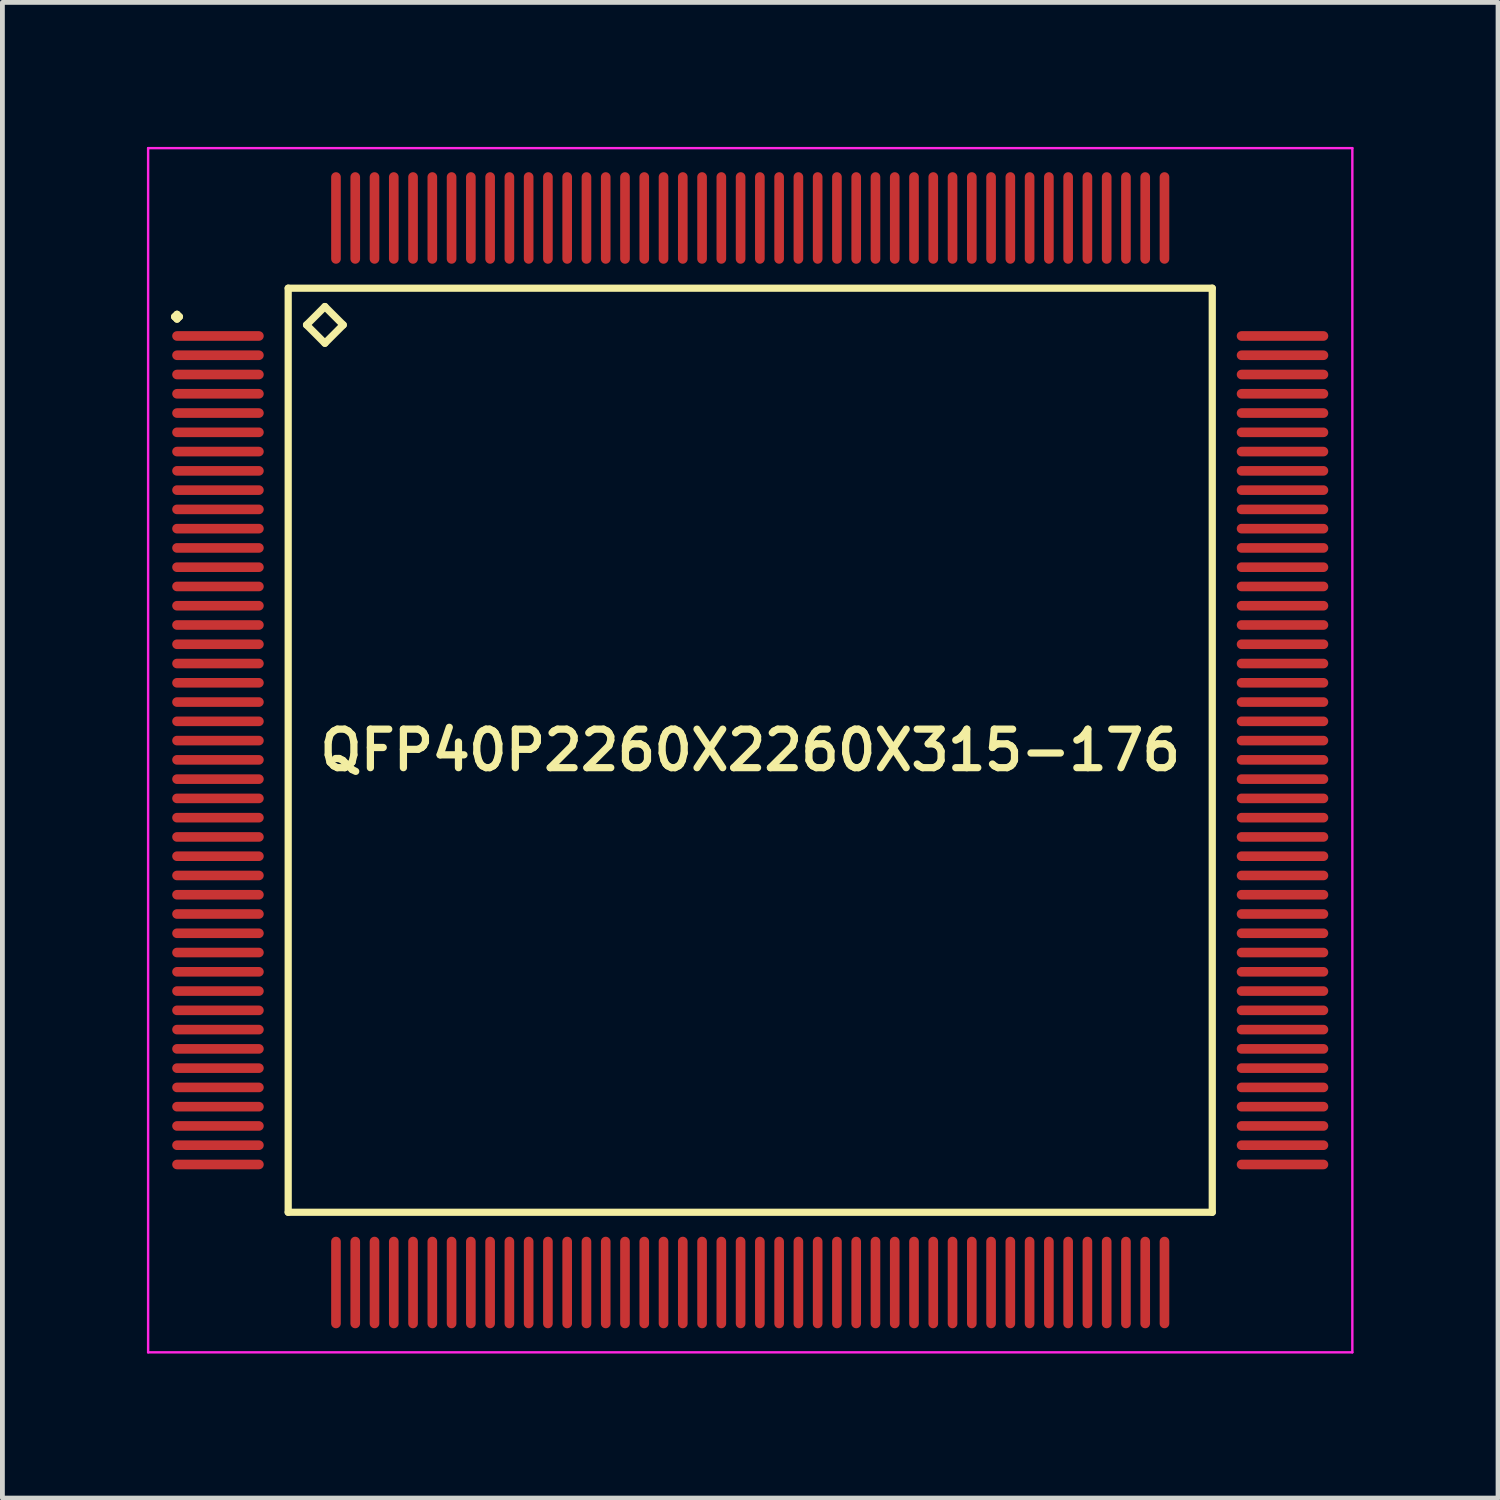
<source format=kicad_pcb>
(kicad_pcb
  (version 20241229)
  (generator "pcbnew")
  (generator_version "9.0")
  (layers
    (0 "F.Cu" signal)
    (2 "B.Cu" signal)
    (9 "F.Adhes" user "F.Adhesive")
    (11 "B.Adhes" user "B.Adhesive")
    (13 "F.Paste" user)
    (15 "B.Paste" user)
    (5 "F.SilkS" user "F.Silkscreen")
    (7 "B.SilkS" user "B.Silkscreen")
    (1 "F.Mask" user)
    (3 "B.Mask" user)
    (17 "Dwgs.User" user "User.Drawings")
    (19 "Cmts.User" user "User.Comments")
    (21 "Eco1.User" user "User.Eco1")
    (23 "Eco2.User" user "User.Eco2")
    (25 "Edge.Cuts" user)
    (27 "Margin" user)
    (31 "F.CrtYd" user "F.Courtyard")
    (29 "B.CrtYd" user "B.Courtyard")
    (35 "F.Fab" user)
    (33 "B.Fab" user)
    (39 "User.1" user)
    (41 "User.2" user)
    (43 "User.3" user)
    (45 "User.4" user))
  (footprint "QFP40P2260X2260X315-176"
    (layer "F.Cu")
    (at 12.525 12.525)
    (property "Reference" "QFP40P2260X2260X315-176" (at 0 0 0) (layer "F.SilkS") (effects (font (size 0.8 0.8) (thickness 0.15))))
    (attr smd)
    (fp_line (start -11.95 -9) (end -11.9 -9.05) (stroke (width 0.15) (type solid)) (layer "F.SilkS"))
    (fp_line (start -11.9 -9.05) (end -11.85 -9) (stroke (width 0.15) (type solid)) (layer "F.SilkS"))
    (fp_line (start -11.9 -8.95) (end -11.95 -9) (stroke (width 0.15) (type solid)) (layer "F.SilkS"))
    (fp_line (start -11.85 -9) (end -11.9 -8.95) (stroke (width 0.15) (type solid)) (layer "F.SilkS"))
    (fp_line (start -9.592 -9.592) (end -9.592 9.592) (stroke (width 0.15) (type solid)) (layer "F.SilkS"))
    (fp_line (start -9.592 9.592) (end 9.592 9.592) (stroke (width 0.15) (type solid)) (layer "F.SilkS"))
    (fp_line (start -9.211 -8.83) (end -8.83 -9.211) (stroke (width 0.15) (type solid)) (layer "F.SilkS"))
    (fp_line (start -8.83 -9.211) (end -8.449 -8.83) (stroke (width 0.15) (type solid)) (layer "F.SilkS"))
    (fp_line (start -8.83 -8.449) (end -9.211 -8.83) (stroke (width 0.15) (type solid)) (layer "F.SilkS"))
    (fp_line (start -8.449 -8.83) (end -8.83 -8.449) (stroke (width 0.15) (type solid)) (layer "F.SilkS"))
    (fp_line (start 9.592 -9.592) (end -9.592 -9.592) (stroke (width 0.15) (type solid)) (layer "F.SilkS"))
    (fp_line (start 9.592 9.592) (end 9.592 -9.592) (stroke (width 0.15) (type solid)) (layer "F.SilkS"))
    (fp_line (start -12.5 -12.5) (end 12.5 -12.5) (stroke (width 0.05) (type solid)) (layer "F.CrtYd"))
    (fp_line (start -12.5 12.5) (end -12.5 -12.5) (stroke (width 0.05) (type solid)) (layer "F.CrtYd"))
    (fp_line (start 12.5 -12.5) (end 12.5 12.5) (stroke (width 0.05) (type solid)) (layer "F.CrtYd"))
    (fp_line (start 12.5 12.5) (end -12.5 12.5) (stroke (width 0.05) (type solid)) (layer "F.CrtYd"))
    (pad "1" smd oval (at -11.05 -8.6) (size 1.9 0.2) (layers "F.Cu" "F.Mask" "F.Paste"))
    (pad "2" smd oval (at -11.05 -8.2) (size 1.9 0.2) (layers "F.Cu" "F.Mask" "F.Paste"))
    (pad "3" smd oval (at -11.05 -7.8) (size 1.9 0.2) (layers "F.Cu" "F.Mask" "F.Paste"))
    (pad "4" smd oval (at -11.05 -7.4) (size 1.9 0.2) (layers "F.Cu" "F.Mask" "F.Paste"))
    (pad "5" smd oval (at -11.05 -7) (size 1.9 0.2) (layers "F.Cu" "F.Mask" "F.Paste"))
    (pad "6" smd oval (at -11.05 -6.6) (size 1.9 0.2) (layers "F.Cu" "F.Mask" "F.Paste"))
    (pad "7" smd oval (at -11.05 -6.2) (size 1.9 0.2) (layers "F.Cu" "F.Mask" "F.Paste"))
    (pad "8" smd oval (at -11.05 -5.8) (size 1.9 0.2) (layers "F.Cu" "F.Mask" "F.Paste"))
    (pad "9" smd oval (at -11.05 -5.4) (size 1.9 0.2) (layers "F.Cu" "F.Mask" "F.Paste"))
    (pad "10" smd oval (at -11.05 -5) (size 1.9 0.2) (layers "F.Cu" "F.Mask" "F.Paste"))
    (pad "11" smd oval (at -11.05 -4.6) (size 1.9 0.2) (layers "F.Cu" "F.Mask" "F.Paste"))
    (pad "12" smd oval (at -11.05 -4.2) (size 1.9 0.2) (layers "F.Cu" "F.Mask" "F.Paste"))
    (pad "13" smd oval (at -11.05 -3.8) (size 1.9 0.2) (layers "F.Cu" "F.Mask" "F.Paste"))
    (pad "14" smd oval (at -11.05 -3.4) (size 1.9 0.2) (layers "F.Cu" "F.Mask" "F.Paste"))
    (pad "15" smd oval (at -11.05 -3) (size 1.9 0.2) (layers "F.Cu" "F.Mask" "F.Paste"))
    (pad "16" smd oval (at -11.05 -2.6) (size 1.9 0.2) (layers "F.Cu" "F.Mask" "F.Paste"))
    (pad "17" smd oval (at -11.05 -2.2) (size 1.9 0.2) (layers "F.Cu" "F.Mask" "F.Paste"))
    (pad "18" smd oval (at -11.05 -1.8) (size 1.9 0.2) (layers "F.Cu" "F.Mask" "F.Paste"))
    (pad "19" smd oval (at -11.05 -1.4) (size 1.9 0.2) (layers "F.Cu" "F.Mask" "F.Paste"))
    (pad "20" smd oval (at -11.05 -1) (size 1.9 0.2) (layers "F.Cu" "F.Mask" "F.Paste"))
    (pad "21" smd oval (at -11.05 -0.6) (size 1.9 0.2) (layers "F.Cu" "F.Mask" "F.Paste"))
    (pad "22" smd oval (at -11.05 -0.2) (size 1.9 0.2) (layers "F.Cu" "F.Mask" "F.Paste"))
    (pad "23" smd oval (at -11.05 0.2) (size 1.9 0.2) (layers "F.Cu" "F.Mask" "F.Paste"))
    (pad "24" smd oval (at -11.05 0.6) (size 1.9 0.2) (layers "F.Cu" "F.Mask" "F.Paste"))
    (pad "25" smd oval (at -11.05 1) (size 1.9 0.2) (layers "F.Cu" "F.Mask" "F.Paste"))
    (pad "26" smd oval (at -11.05 1.4) (size 1.9 0.2) (layers "F.Cu" "F.Mask" "F.Paste"))
    (pad "27" smd oval (at -11.05 1.8) (size 1.9 0.2) (layers "F.Cu" "F.Mask" "F.Paste"))
    (pad "28" smd oval (at -11.05 2.2) (size 1.9 0.2) (layers "F.Cu" "F.Mask" "F.Paste"))
    (pad "29" smd oval (at -11.05 2.6) (size 1.9 0.2) (layers "F.Cu" "F.Mask" "F.Paste"))
    (pad "30" smd oval (at -11.05 3) (size 1.9 0.2) (layers "F.Cu" "F.Mask" "F.Paste"))
    (pad "31" smd oval (at -11.05 3.4) (size 1.9 0.2) (layers "F.Cu" "F.Mask" "F.Paste"))
    (pad "32" smd oval (at -11.05 3.8) (size 1.9 0.2) (layers "F.Cu" "F.Mask" "F.Paste"))
    (pad "33" smd oval (at -11.05 4.2) (size 1.9 0.2) (layers "F.Cu" "F.Mask" "F.Paste"))
    (pad "34" smd oval (at -11.05 4.6) (size 1.9 0.2) (layers "F.Cu" "F.Mask" "F.Paste"))
    (pad "35" smd oval (at -11.05 5) (size 1.9 0.2) (layers "F.Cu" "F.Mask" "F.Paste"))
    (pad "36" smd oval (at -11.05 5.4) (size 1.9 0.2) (layers "F.Cu" "F.Mask" "F.Paste"))
    (pad "37" smd oval (at -11.05 5.8) (size 1.9 0.2) (layers "F.Cu" "F.Mask" "F.Paste"))
    (pad "38" smd oval (at -11.05 6.2) (size 1.9 0.2) (layers "F.Cu" "F.Mask" "F.Paste"))
    (pad "39" smd oval (at -11.05 6.6) (size 1.9 0.2) (layers "F.Cu" "F.Mask" "F.Paste"))
    (pad "40" smd oval (at -11.05 7) (size 1.9 0.2) (layers "F.Cu" "F.Mask" "F.Paste"))
    (pad "41" smd oval (at -11.05 7.4) (size 1.9 0.2) (layers "F.Cu" "F.Mask" "F.Paste"))
    (pad "42" smd oval (at -11.05 7.8) (size 1.9 0.2) (layers "F.Cu" "F.Mask" "F.Paste"))
    (pad "43" smd oval (at -11.05 8.2) (size 1.9 0.2) (layers "F.Cu" "F.Mask" "F.Paste"))
    (pad "44" smd oval (at -11.05 8.6) (size 1.9 0.2) (layers "F.Cu" "F.Mask" "F.Paste"))
    (pad "45" smd oval (at -8.6 11.05) (size 0.2 1.9) (layers "F.Cu" "F.Mask" "F.Paste"))
    (pad "46" smd oval (at -8.2 11.05) (size 0.2 1.9) (layers "F.Cu" "F.Mask" "F.Paste"))
    (pad "47" smd oval (at -7.8 11.05) (size 0.2 1.9) (layers "F.Cu" "F.Mask" "F.Paste"))
    (pad "48" smd oval (at -7.4 11.05) (size 0.2 1.9) (layers "F.Cu" "F.Mask" "F.Paste"))
    (pad "49" smd oval (at -7 11.05) (size 0.2 1.9) (layers "F.Cu" "F.Mask" "F.Paste"))
    (pad "50" smd oval (at -6.6 11.05) (size 0.2 1.9) (layers "F.Cu" "F.Mask" "F.Paste"))
    (pad "51" smd oval (at -6.2 11.05) (size 0.2 1.9) (layers "F.Cu" "F.Mask" "F.Paste"))
    (pad "52" smd oval (at -5.8 11.05) (size 0.2 1.9) (layers "F.Cu" "F.Mask" "F.Paste"))
    (pad "53" smd oval (at -5.4 11.05) (size 0.2 1.9) (layers "F.Cu" "F.Mask" "F.Paste"))
    (pad "54" smd oval (at -5 11.05) (size 0.2 1.9) (layers "F.Cu" "F.Mask" "F.Paste"))
    (pad "55" smd oval (at -4.6 11.05) (size 0.2 1.9) (layers "F.Cu" "F.Mask" "F.Paste"))
    (pad "56" smd oval (at -4.2 11.05) (size 0.2 1.9) (layers "F.Cu" "F.Mask" "F.Paste"))
    (pad "57" smd oval (at -3.8 11.05) (size 0.2 1.9) (layers "F.Cu" "F.Mask" "F.Paste"))
    (pad "58" smd oval (at -3.4 11.05) (size 0.2 1.9) (layers "F.Cu" "F.Mask" "F.Paste"))
    (pad "59" smd oval (at -3 11.05) (size 0.2 1.9) (layers "F.Cu" "F.Mask" "F.Paste"))
    (pad "60" smd oval (at -2.6 11.05) (size 0.2 1.9) (layers "F.Cu" "F.Mask" "F.Paste"))
    (pad "61" smd oval (at -2.2 11.05) (size 0.2 1.9) (layers "F.Cu" "F.Mask" "F.Paste"))
    (pad "62" smd oval (at -1.8 11.05) (size 0.2 1.9) (layers "F.Cu" "F.Mask" "F.Paste"))
    (pad "63" smd oval (at -1.4 11.05) (size 0.2 1.9) (layers "F.Cu" "F.Mask" "F.Paste"))
    (pad "64" smd oval (at -1 11.05) (size 0.2 1.9) (layers "F.Cu" "F.Mask" "F.Paste"))
    (pad "65" smd oval (at -0.6 11.05) (size 0.2 1.9) (layers "F.Cu" "F.Mask" "F.Paste"))
    (pad "66" smd oval (at -0.2 11.05) (size 0.2 1.9) (layers "F.Cu" "F.Mask" "F.Paste"))
    (pad "67" smd oval (at 0.2 11.05) (size 0.2 1.9) (layers "F.Cu" "F.Mask" "F.Paste"))
    (pad "68" smd oval (at 0.6 11.05) (size 0.2 1.9) (layers "F.Cu" "F.Mask" "F.Paste"))
    (pad "69" smd oval (at 1 11.05) (size 0.2 1.9) (layers "F.Cu" "F.Mask" "F.Paste"))
    (pad "70" smd oval (at 1.4 11.05) (size 0.2 1.9) (layers "F.Cu" "F.Mask" "F.Paste"))
    (pad "71" smd oval (at 1.8 11.05) (size 0.2 1.9) (layers "F.Cu" "F.Mask" "F.Paste"))
    (pad "72" smd oval (at 2.2 11.05) (size 0.2 1.9) (layers "F.Cu" "F.Mask" "F.Paste"))
    (pad "73" smd oval (at 2.6 11.05) (size 0.2 1.9) (layers "F.Cu" "F.Mask" "F.Paste"))
    (pad "74" smd oval (at 3 11.05) (size 0.2 1.9) (layers "F.Cu" "F.Mask" "F.Paste"))
    (pad "75" smd oval (at 3.4 11.05) (size 0.2 1.9) (layers "F.Cu" "F.Mask" "F.Paste"))
    (pad "76" smd oval (at 3.8 11.05) (size 0.2 1.9) (layers "F.Cu" "F.Mask" "F.Paste"))
    (pad "77" smd oval (at 4.2 11.05) (size 0.2 1.9) (layers "F.Cu" "F.Mask" "F.Paste"))
    (pad "78" smd oval (at 4.6 11.05) (size 0.2 1.9) (layers "F.Cu" "F.Mask" "F.Paste"))
    (pad "79" smd oval (at 5 11.05) (size 0.2 1.9) (layers "F.Cu" "F.Mask" "F.Paste"))
    (pad "80" smd oval (at 5.4 11.05) (size 0.2 1.9) (layers "F.Cu" "F.Mask" "F.Paste"))
    (pad "81" smd oval (at 5.8 11.05) (size 0.2 1.9) (layers "F.Cu" "F.Mask" "F.Paste"))
    (pad "82" smd oval (at 6.2 11.05) (size 0.2 1.9) (layers "F.Cu" "F.Mask" "F.Paste"))
    (pad "83" smd oval (at 6.6 11.05) (size 0.2 1.9) (layers "F.Cu" "F.Mask" "F.Paste"))
    (pad "84" smd oval (at 7 11.05) (size 0.2 1.9) (layers "F.Cu" "F.Mask" "F.Paste"))
    (pad "85" smd oval (at 7.4 11.05) (size 0.2 1.9) (layers "F.Cu" "F.Mask" "F.Paste"))
    (pad "86" smd oval (at 7.8 11.05) (size 0.2 1.9) (layers "F.Cu" "F.Mask" "F.Paste"))
    (pad "87" smd oval (at 8.2 11.05) (size 0.2 1.9) (layers "F.Cu" "F.Mask" "F.Paste"))
    (pad "88" smd oval (at 8.6 11.05) (size 0.2 1.9) (layers "F.Cu" "F.Mask" "F.Paste"))
    (pad "89" smd oval (at 11.05 8.6) (size 1.9 0.2) (layers "F.Cu" "F.Mask" "F.Paste"))
    (pad "90" smd oval (at 11.05 8.2) (size 1.9 0.2) (layers "F.Cu" "F.Mask" "F.Paste"))
    (pad "91" smd oval (at 11.05 7.8) (size 1.9 0.2) (layers "F.Cu" "F.Mask" "F.Paste"))
    (pad "92" smd oval (at 11.05 7.4) (size 1.9 0.2) (layers "F.Cu" "F.Mask" "F.Paste"))
    (pad "93" smd oval (at 11.05 7) (size 1.9 0.2) (layers "F.Cu" "F.Mask" "F.Paste"))
    (pad "94" smd oval (at 11.05 6.6) (size 1.9 0.2) (layers "F.Cu" "F.Mask" "F.Paste"))
    (pad "95" smd oval (at 11.05 6.2) (size 1.9 0.2) (layers "F.Cu" "F.Mask" "F.Paste"))
    (pad "96" smd oval (at 11.05 5.8) (size 1.9 0.2) (layers "F.Cu" "F.Mask" "F.Paste"))
    (pad "97" smd oval (at 11.05 5.4) (size 1.9 0.2) (layers "F.Cu" "F.Mask" "F.Paste"))
    (pad "98" smd oval (at 11.05 5) (size 1.9 0.2) (layers "F.Cu" "F.Mask" "F.Paste"))
    (pad "99" smd oval (at 11.05 4.6) (size 1.9 0.2) (layers "F.Cu" "F.Mask" "F.Paste"))
    (pad "100" smd oval (at 11.05 4.2) (size 1.9 0.2) (layers "F.Cu" "F.Mask" "F.Paste"))
    (pad "101" smd oval (at 11.05 3.8) (size 1.9 0.2) (layers "F.Cu" "F.Mask" "F.Paste"))
    (pad "102" smd oval (at 11.05 3.4) (size 1.9 0.2) (layers "F.Cu" "F.Mask" "F.Paste"))
    (pad "103" smd oval (at 11.05 3) (size 1.9 0.2) (layers "F.Cu" "F.Mask" "F.Paste"))
    (pad "104" smd oval (at 11.05 2.6) (size 1.9 0.2) (layers "F.Cu" "F.Mask" "F.Paste"))
    (pad "105" smd oval (at 11.05 2.2) (size 1.9 0.2) (layers "F.Cu" "F.Mask" "F.Paste"))
    (pad "106" smd oval (at 11.05 1.8) (size 1.9 0.2) (layers "F.Cu" "F.Mask" "F.Paste"))
    (pad "107" smd oval (at 11.05 1.4) (size 1.9 0.2) (layers "F.Cu" "F.Mask" "F.Paste"))
    (pad "108" smd oval (at 11.05 1) (size 1.9 0.2) (layers "F.Cu" "F.Mask" "F.Paste"))
    (pad "109" smd oval (at 11.05 0.6) (size 1.9 0.2) (layers "F.Cu" "F.Mask" "F.Paste"))
    (pad "110" smd oval (at 11.05 0.2) (size 1.9 0.2) (layers "F.Cu" "F.Mask" "F.Paste"))
    (pad "111" smd oval (at 11.05 -0.2) (size 1.9 0.2) (layers "F.Cu" "F.Mask" "F.Paste"))
    (pad "112" smd oval (at 11.05 -0.6) (size 1.9 0.2) (layers "F.Cu" "F.Mask" "F.Paste"))
    (pad "113" smd oval (at 11.05 -1) (size 1.9 0.2) (layers "F.Cu" "F.Mask" "F.Paste"))
    (pad "114" smd oval (at 11.05 -1.4) (size 1.9 0.2) (layers "F.Cu" "F.Mask" "F.Paste"))
    (pad "115" smd oval (at 11.05 -1.8) (size 1.9 0.2) (layers "F.Cu" "F.Mask" "F.Paste"))
    (pad "116" smd oval (at 11.05 -2.2) (size 1.9 0.2) (layers "F.Cu" "F.Mask" "F.Paste"))
    (pad "117" smd oval (at 11.05 -2.6) (size 1.9 0.2) (layers "F.Cu" "F.Mask" "F.Paste"))
    (pad "118" smd oval (at 11.05 -3) (size 1.9 0.2) (layers "F.Cu" "F.Mask" "F.Paste"))
    (pad "119" smd oval (at 11.05 -3.4) (size 1.9 0.2) (layers "F.Cu" "F.Mask" "F.Paste"))
    (pad "120" smd oval (at 11.05 -3.8) (size 1.9 0.2) (layers "F.Cu" "F.Mask" "F.Paste"))
    (pad "121" smd oval (at 11.05 -4.2) (size 1.9 0.2) (layers "F.Cu" "F.Mask" "F.Paste"))
    (pad "122" smd oval (at 11.05 -4.6) (size 1.9 0.2) (layers "F.Cu" "F.Mask" "F.Paste"))
    (pad "123" smd oval (at 11.05 -5) (size 1.9 0.2) (layers "F.Cu" "F.Mask" "F.Paste"))
    (pad "124" smd oval (at 11.05 -5.4) (size 1.9 0.2) (layers "F.Cu" "F.Mask" "F.Paste"))
    (pad "125" smd oval (at 11.05 -5.8) (size 1.9 0.2) (layers "F.Cu" "F.Mask" "F.Paste"))
    (pad "126" smd oval (at 11.05 -6.2) (size 1.9 0.2) (layers "F.Cu" "F.Mask" "F.Paste"))
    (pad "127" smd oval (at 11.05 -6.6) (size 1.9 0.2) (layers "F.Cu" "F.Mask" "F.Paste"))
    (pad "128" smd oval (at 11.05 -7) (size 1.9 0.2) (layers "F.Cu" "F.Mask" "F.Paste"))
    (pad "129" smd oval (at 11.05 -7.4) (size 1.9 0.2) (layers "F.Cu" "F.Mask" "F.Paste"))
    (pad "130" smd oval (at 11.05 -7.8) (size 1.9 0.2) (layers "F.Cu" "F.Mask" "F.Paste"))
    (pad "131" smd oval (at 11.05 -8.2) (size 1.9 0.2) (layers "F.Cu" "F.Mask" "F.Paste"))
    (pad "132" smd oval (at 11.05 -8.6) (size 1.9 0.2) (layers "F.Cu" "F.Mask" "F.Paste"))
    (pad "133" smd oval (at 8.6 -11.05) (size 0.2 1.9) (layers "F.Cu" "F.Mask" "F.Paste"))
    (pad "134" smd oval (at 8.2 -11.05) (size 0.2 1.9) (layers "F.Cu" "F.Mask" "F.Paste"))
    (pad "135" smd oval (at 7.8 -11.05) (size 0.2 1.9) (layers "F.Cu" "F.Mask" "F.Paste"))
    (pad "136" smd oval (at 7.4 -11.05) (size 0.2 1.9) (layers "F.Cu" "F.Mask" "F.Paste"))
    (pad "137" smd oval (at 7 -11.05) (size 0.2 1.9) (layers "F.Cu" "F.Mask" "F.Paste"))
    (pad "138" smd oval (at 6.6 -11.05) (size 0.2 1.9) (layers "F.Cu" "F.Mask" "F.Paste"))
    (pad "139" smd oval (at 6.2 -11.05) (size 0.2 1.9) (layers "F.Cu" "F.Mask" "F.Paste"))
    (pad "140" smd oval (at 5.8 -11.05) (size 0.2 1.9) (layers "F.Cu" "F.Mask" "F.Paste"))
    (pad "141" smd oval (at 5.4 -11.05) (size 0.2 1.9) (layers "F.Cu" "F.Mask" "F.Paste"))
    (pad "142" smd oval (at 5 -11.05) (size 0.2 1.9) (layers "F.Cu" "F.Mask" "F.Paste"))
    (pad "143" smd oval (at 4.6 -11.05) (size 0.2 1.9) (layers "F.Cu" "F.Mask" "F.Paste"))
    (pad "144" smd oval (at 4.2 -11.05) (size 0.2 1.9) (layers "F.Cu" "F.Mask" "F.Paste"))
    (pad "145" smd oval (at 3.8 -11.05) (size 0.2 1.9) (layers "F.Cu" "F.Mask" "F.Paste"))
    (pad "146" smd oval (at 3.4 -11.05) (size 0.2 1.9) (layers "F.Cu" "F.Mask" "F.Paste"))
    (pad "147" smd oval (at 3 -11.05) (size 0.2 1.9) (layers "F.Cu" "F.Mask" "F.Paste"))
    (pad "148" smd oval (at 2.6 -11.05) (size 0.2 1.9) (layers "F.Cu" "F.Mask" "F.Paste"))
    (pad "149" smd oval (at 2.2 -11.05) (size 0.2 1.9) (layers "F.Cu" "F.Mask" "F.Paste"))
    (pad "150" smd oval (at 1.8 -11.05) (size 0.2 1.9) (layers "F.Cu" "F.Mask" "F.Paste"))
    (pad "151" smd oval (at 1.4 -11.05) (size 0.2 1.9) (layers "F.Cu" "F.Mask" "F.Paste"))
    (pad "152" smd oval (at 1 -11.05) (size 0.2 1.9) (layers "F.Cu" "F.Mask" "F.Paste"))
    (pad "153" smd oval (at 0.6 -11.05) (size 0.2 1.9) (layers "F.Cu" "F.Mask" "F.Paste"))
    (pad "154" smd oval (at 0.2 -11.05) (size 0.2 1.9) (layers "F.Cu" "F.Mask" "F.Paste"))
    (pad "155" smd oval (at -0.2 -11.05) (size 0.2 1.9) (layers "F.Cu" "F.Mask" "F.Paste"))
    (pad "156" smd oval (at -0.6 -11.05) (size 0.2 1.9) (layers "F.Cu" "F.Mask" "F.Paste"))
    (pad "157" smd oval (at -1 -11.05) (size 0.2 1.9) (layers "F.Cu" "F.Mask" "F.Paste"))
    (pad "158" smd oval (at -1.4 -11.05) (size 0.2 1.9) (layers "F.Cu" "F.Mask" "F.Paste"))
    (pad "159" smd oval (at -1.8 -11.05) (size 0.2 1.9) (layers "F.Cu" "F.Mask" "F.Paste"))
    (pad "160" smd oval (at -2.2 -11.05) (size 0.2 1.9) (layers "F.Cu" "F.Mask" "F.Paste"))
    (pad "161" smd oval (at -2.6 -11.05) (size 0.2 1.9) (layers "F.Cu" "F.Mask" "F.Paste"))
    (pad "162" smd oval (at -3 -11.05) (size 0.2 1.9) (layers "F.Cu" "F.Mask" "F.Paste"))
    (pad "163" smd oval (at -3.4 -11.05) (size 0.2 1.9) (layers "F.Cu" "F.Mask" "F.Paste"))
    (pad "164" smd oval (at -3.8 -11.05) (size 0.2 1.9) (layers "F.Cu" "F.Mask" "F.Paste"))
    (pad "165" smd oval (at -4.2 -11.05) (size 0.2 1.9) (layers "F.Cu" "F.Mask" "F.Paste"))
    (pad "166" smd oval (at -4.6 -11.05) (size 0.2 1.9) (layers "F.Cu" "F.Mask" "F.Paste"))
    (pad "167" smd oval (at -5 -11.05) (size 0.2 1.9) (layers "F.Cu" "F.Mask" "F.Paste"))
    (pad "168" smd oval (at -5.4 -11.05) (size 0.2 1.9) (layers "F.Cu" "F.Mask" "F.Paste"))
    (pad "169" smd oval (at -5.8 -11.05) (size 0.2 1.9) (layers "F.Cu" "F.Mask" "F.Paste"))
    (pad "170" smd oval (at -6.2 -11.05) (size 0.2 1.9) (layers "F.Cu" "F.Mask" "F.Paste"))
    (pad "171" smd oval (at -6.6 -11.05) (size 0.2 1.9) (layers "F.Cu" "F.Mask" "F.Paste"))
    (pad "172" smd oval (at -7 -11.05) (size 0.2 1.9) (layers "F.Cu" "F.Mask" "F.Paste"))
    (pad "173" smd oval (at -7.4 -11.05) (size 0.2 1.9) (layers "F.Cu" "F.Mask" "F.Paste"))
    (pad "174" smd oval (at -7.8 -11.05) (size 0.2 1.9) (layers "F.Cu" "F.Mask" "F.Paste"))
    (pad "175" smd oval (at -8.2 -11.05) (size 0.2 1.9) (layers "F.Cu" "F.Mask" "F.Paste"))
    (pad "176" smd oval (at -8.6 -11.05) (size 0.2 1.9) (layers "F.Cu" "F.Mask" "F.Paste")))
  (gr_rect
    (start -3 -3)
    (end 28.05 28.05)
    (stroke (width 0.1) (type default))
    (fill no)
    (layer "Edge.Cuts")))
</source>
